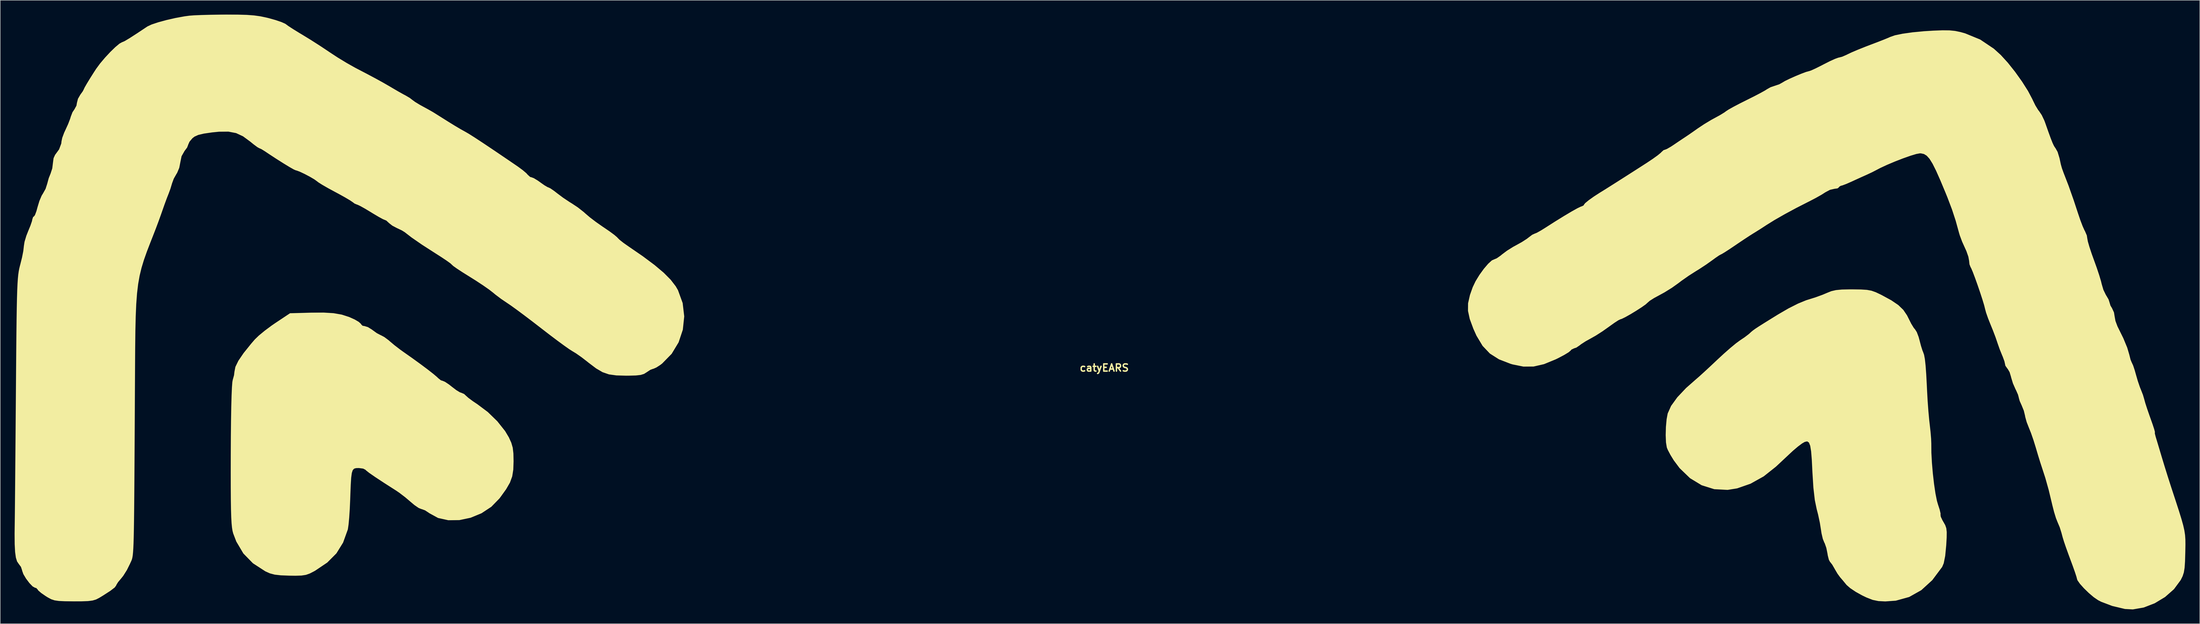
<source format=kicad_pcb>
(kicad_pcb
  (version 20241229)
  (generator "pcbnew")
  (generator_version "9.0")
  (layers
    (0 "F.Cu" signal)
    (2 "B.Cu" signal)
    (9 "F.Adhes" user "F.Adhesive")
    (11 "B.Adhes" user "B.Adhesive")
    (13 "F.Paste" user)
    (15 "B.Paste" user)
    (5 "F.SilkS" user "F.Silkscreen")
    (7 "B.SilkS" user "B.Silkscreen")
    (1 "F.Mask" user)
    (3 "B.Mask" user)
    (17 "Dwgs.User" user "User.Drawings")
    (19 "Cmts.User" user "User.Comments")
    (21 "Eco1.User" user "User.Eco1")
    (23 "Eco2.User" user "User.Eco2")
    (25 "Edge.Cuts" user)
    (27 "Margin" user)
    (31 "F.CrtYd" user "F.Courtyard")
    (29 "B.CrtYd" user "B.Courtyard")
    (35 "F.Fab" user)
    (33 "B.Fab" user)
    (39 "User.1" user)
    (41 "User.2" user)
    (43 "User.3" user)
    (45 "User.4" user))
  (footprint "catyEARS"
    (layer "F.Cu")
    (at 227.651 73.874)
    (property "Reference" "catyEARS" (at 0 0 0) (layer "F.SilkS") (effects (font (size 1.5 1.5) (thickness 0.3))))
    (attr board_only exclude_from_pos_files exclude_from_bom)
    (fp_poly (pts (xy -161.017 -11.427) (xy -159.302 -11.127) (xy -157.752 -10.626) (xy -156.589 -10.102) (xy -155.757 -9.612) (xy -155.287 -9.188) (xy -155.248 -9.085) (xy -154.949 -8.797) (xy -154.56 -8.735) (xy -153.834 -8.514) (xy -152.966 -7.975) (xy -152.861 -7.889) (xy -151.977 -7.253) (xy -151.183 -6.837) (xy -151.126 -6.818) (xy -150.409 -6.438) (xy -149.512 -5.769) (xy -149.259 -5.547) (xy -148.281 -4.724) (xy -147.062 -3.788) (xy -146.404 -3.317) (xy -144.59 -2.04) (xy -142.868 -0.791) (xy -141.349 0.346) (xy -140.146 1.287) (xy -139.368 1.948) (xy -139.178 2.142) (xy -138.584 2.615) (xy -138.245 2.713) (xy -137.73 2.929) (xy -136.901 3.482) (xy -136.287 3.965) (xy -135.37 4.666) (xy -134.623 5.12) (xy -134.33 5.217) (xy -133.742 5.469) (xy -133.395 5.79) (xy -132.852 6.279) (xy -131.915 6.975) (xy -130.955 7.62) (xy -128.792 9.242) (xy -126.802 11.177) (xy -125.175 13.225) (xy -124.392 14.542) (xy -123.882 15.666) (xy -123.583 16.699) (xy -123.443 17.909) (xy -123.408 19.538) (xy -123.466 21.285) (xy -123.691 22.704) (xy -124.161 23.999) (xy -124.954 25.375) (xy -126.147 27.038) (xy -126.36 27.319) (xy -128.054 29.058) (xy -130.102 30.411) (xy -132.373 31.349) (xy -134.732 31.846) (xy -137.044 31.873) (xy -139.176 31.402) (xy -140.994 30.407) (xy -141.055 30.359) (xy -141.893 29.809) (xy -142.603 29.543) (xy -142.665 29.539) (xy -143.236 29.308) (xy -144.104 28.713) (xy -144.873 28.068) (xy -146.043 27.073) (xy -147.279 26.128) (xy -147.914 25.694) (xy -150.411 24.095) (xy -152.296 22.855) (xy -153.574 21.969) (xy -154.249 21.435) (xy -154.352 21.318) (xy -154.829 21.074) (xy -155.696 20.96) (xy -155.799 20.958) (xy -156.333 20.975) (xy -156.728 21.091) (xy -157.01 21.4) (xy -157.203 21.999) (xy -157.333 22.984) (xy -157.425 24.452) (xy -157.505 26.497) (xy -157.542 27.577) (xy -157.628 29.514) (xy -157.746 31.298) (xy -157.88 32.754) (xy -158.017 33.709) (xy -158.047 33.837) (xy -159.023 36.546) (xy -160.419 38.801) (xy -162.329 40.719) (xy -164.848 42.417) (xy -165.071 42.542) (xy -165.975 43.009) (xy -166.78 43.295) (xy -167.704 43.439) (xy -168.962 43.478) (xy -170.258 43.462) (xy -172.033 43.395) (xy -173.313 43.249) (xy -174.314 42.985) (xy -175.255 42.563) (xy -175.282 42.549) (xy -177.863 40.871) (xy -179.857 38.827) (xy -181.332 36.336) (xy -181.982 34.639) (xy -182.121 34.105) (xy -182.234 33.406) (xy -182.324 32.473) (xy -182.392 31.236) (xy -182.442 29.626) (xy -182.474 27.575) (xy -182.491 25.014) (xy -182.496 21.872) (xy -182.49 18.229) (xy -182.471 14.417) (xy -182.436 11.049) (xy -182.386 8.171) (xy -182.322 5.831) (xy -182.246 4.076) (xy -182.159 2.954) (xy -182.086 2.554) (xy -181.808 1.544) (xy -181.721 0.806) (xy -181.521 -0.212) (xy -180.897 -1.489) (xy -179.812 -3.083) (xy -178.228 -5.053) (xy -177.465 -5.939) (xy -176.626 -6.75) (xy -175.384 -7.774) (xy -173.945 -8.845) (xy -173.177 -9.373) (xy -170.105 -11.418) (xy -165.661 -11.538) (xy -163.076 -11.554)) (stroke (width 0) (type solid)) (fill yes) (layer "F.SilkS"))
    (fp_poly (pts (xy 156.349 -16.409) (xy 158.084 -16.385) (xy 159.323 -16.306) (xy 160.284 -16.128) (xy 161.186 -15.806) (xy 162.248 -15.3) (xy 162.431 -15.206) (xy 164.429 -14.117) (xy 165.883 -13.128) (xy 166.93 -12.12) (xy 167.707 -10.974) (xy 168.029 -10.329) (xy 168.586 -9.224) (xy 169.112 -8.364) (xy 169.386 -8.037) (xy 169.746 -7.47) (xy 170.125 -6.469) (xy 170.317 -5.765) (xy 170.626 -4.585) (xy 170.931 -3.626) (xy 171.07 -3.291) (xy 171.268 -2.728) (xy 171.437 -1.817) (xy 171.584 -0.474) (xy 171.719 1.385) (xy 171.85 3.845) (xy 171.897 4.86) (xy 172.009 6.882) (xy 172.164 8.997) (xy 172.338 10.896) (xy 172.445 11.836) (xy 172.618 13.378) (xy 172.737 14.81) (xy 172.779 15.852) (xy 172.778 15.95) (xy 172.793 17.742) (xy 172.907 19.849) (xy 173.099 22.091) (xy 173.351 24.285) (xy 173.641 26.25) (xy 173.95 27.804) (xy 174.159 28.53) (xy 174.518 29.632) (xy 174.709 30.442) (xy 174.703 30.748) (xy 174.756 31.137) (xy 175.114 31.893) (xy 175.32 32.245) (xy 175.69 32.903) (xy 175.91 33.541) (xy 176.002 34.343) (xy 175.988 35.494) (xy 175.895 37.11) (xy 175.682 39.326) (xy 175.374 40.865) (xy 175.052 41.635) (xy 172.984 44.402) (xy 170.691 46.494) (xy 168.157 47.921) (xy 165.366 48.694) (xy 163.172 48.851) (xy 161.743 48.782) (xy 160.535 48.534) (xy 159.229 48.026) (xy 158.319 47.587) (xy 156.994 46.85) (xy 155.838 46.075) (xy 155.081 45.417) (xy 155.035 45.363) (xy 154.327 44.501) (xy 153.714 43.787) (xy 153.711 43.784) (xy 153.175 43.048) (xy 152.604 42.076) (xy 152.562 41.995) (xy 152.077 41.159) (xy 151.67 40.635) (xy 151.622 40.597) (xy 151.374 40.136) (xy 151.147 39.234) (xy 151.079 38.808) (xy 150.846 37.658) (xy 150.517 36.713) (xy 150.412 36.52) (xy 150.111 35.765) (xy 149.84 34.61) (xy 149.723 33.837) (xy 149.49 32.384) (xy 149.128 30.69) (xy 148.831 29.544) (xy 148.443 27.668) (xy 148.145 25.086) (xy 147.938 21.796) (xy 147.929 21.597) (xy 147.811 19.215) (xy 147.67 17.474) (xy 147.481 16.304) (xy 147.216 15.631) (xy 146.85 15.382) (xy 146.354 15.484) (xy 145.804 15.798) (xy 144.938 16.443) (xy 143.94 17.288) (xy 143.684 17.522) (xy 142.839 18.313) (xy 141.698 19.381) (xy 140.488 20.513) (xy 140.318 20.671) (xy 137.768 22.695) (xy 135.017 24.231) (xy 132.217 25.208) (xy 130.217 25.527) (xy 127.433 25.381) (xy 124.8 24.554) (xy 122.368 23.077) (xy 120.191 20.977) (xy 118.974 19.348) (xy 118.279 18.215) (xy 117.734 17.182) (xy 117.522 16.665) (xy 117.347 15.59) (xy 117.287 14.073) (xy 117.332 12.376) (xy 117.478 10.764) (xy 117.702 9.551) (xy 118.411 7.964) (xy 119.714 6.16) (xy 121.552 4.213) (xy 123.628 2.385) (xy 124.297 1.804) (xy 125.34 0.858) (xy 126.617 -0.326) (xy 127.986 -1.615) (xy 128.024 -1.652) (xy 129.431 -2.954) (xy 130.796 -4.155) (xy 131.964 -5.121) (xy 132.776 -5.718) (xy 133.79 -6.402) (xy 134.635 -7.048) (xy 134.838 -7.226) (xy 135.17 -7.533) (xy 135.532 -7.83) (xy 136.025 -8.184) (xy 136.75 -8.661) (xy 137.806 -9.329) (xy 139.294 -10.254) (xy 140.787 -11.177) (xy 142.939 -12.427) (xy 144.942 -13.439) (xy 146.616 -14.126) (xy 147.048 -14.262) (xy 148.563 -14.736) (xy 150.073 -15.286) (xy 150.983 -15.671) (xy 151.887 -16.033) (xy 152.859 -16.258) (xy 154.098 -16.375) (xy 155.801 -16.41)) (stroke (width 0) (type solid)) (fill yes) (layer "F.SilkS"))
    (fp_poly (pts (xy -181.016 -73.865) (xy -179.13 -73.811) (xy -177.612 -73.697) (xy -176.288 -73.51) (xy -174.984 -73.234) (xy -174.539 -73.124) (xy -173.1 -72.718) (xy -171.89 -72.305) (xy -171.109 -71.955) (xy -170.976 -71.862) (xy -170.434 -71.466) (xy -169.445 -70.823) (xy -168.181 -70.042) (xy -167.534 -69.655) (xy -165.796 -68.591) (xy -163.856 -67.351) (xy -162.093 -66.178) (xy -161.856 -66.015) (xy -160.177 -64.913) (xy -158.273 -63.755) (xy -156.51 -62.762) (xy -156.232 -62.616) (xy -153.977 -61.439) (xy -152.191 -60.486) (xy -150.699 -59.663) (xy -149.331 -58.876) (xy -148.63 -58.46) (xy -147.471 -57.783) (xy -146.425 -57.198) (xy -145.946 -56.946) (xy -145.089 -56.44) (xy -144.565 -56.037) (xy -143.977 -55.604) (xy -143.018 -55.019) (xy -142.419 -54.688) (xy -141.316 -54.088) (xy -140.377 -53.556) (xy -140.052 -53.36) (xy -139.41 -52.957) (xy -138.373 -52.305) (xy -137.154 -51.537) (xy -137.011 -51.447) (xy -135.705 -50.642) (xy -134.475 -49.913) (xy -133.578 -49.413) (xy -133.542 -49.395) (xy -132.766 -48.946) (xy -131.486 -48.135) (xy -129.685 -46.95) (xy -127.345 -45.381) (xy -124.45 -43.416) (xy -122.514 -42.093) (xy -121.507 -41.354) (xy -120.74 -40.703) (xy -120.439 -40.363) (xy -119.937 -39.914) (xy -119.698 -39.859) (xy -119.163 -39.656) (xy -118.319 -39.14) (xy -117.838 -38.795) (xy -116.959 -38.174) (xy -116.298 -37.786) (xy -116.112 -37.722) (xy -115.672 -37.507) (xy -114.895 -36.966) (xy -114.323 -36.519) (xy -113.071 -35.581) (xy -111.688 -34.657) (xy -111.245 -34.388) (xy -109.986 -33.554) (xy -108.748 -32.581) (xy -108.383 -32.252) (xy -107.476 -31.477) (xy -106.206 -30.509) (xy -104.818 -29.534) (xy -104.541 -29.35) (xy -103.333 -28.524) (xy -102.355 -27.8) (xy -101.766 -27.296) (xy -101.679 -27.191) (xy -101.255 -26.767) (xy -100.416 -26.108) (xy -99.439 -25.422) (xy -96.408 -23.335) (xy -93.962 -21.508) (xy -92.04 -19.888) (xy -90.584 -18.422) (xy -89.535 -17.059) (xy -89.058 -16.235) (xy -88.082 -13.548) (xy -87.755 -10.756) (xy -88.047 -7.976) (xy -88.93 -5.329) (xy -90.378 -2.932) (xy -92.361 -0.906) (xy -92.75 -0.606) (xy -93.572 -0.075) (xy -94.194 0.199) (xy -94.273 0.209) (xy -94.828 0.415) (xy -95.584 0.911) (xy -95.602 0.925) (xy -96.15 1.269) (xy -96.843 1.484) (xy -97.854 1.598) (xy -99.353 1.638) (xy -99.957 1.64) (xy -101.942 1.586) (xy -103.488 1.371) (xy -104.821 0.909) (xy -106.167 0.12) (xy -107.754 -1.081) (xy -108.051 -1.321) (xy -109.224 -2.227) (xy -110.357 -3.02) (xy -111.123 -3.485) (xy -111.759 -3.887) (xy -112.844 -4.652) (xy -114.269 -5.698) (xy -115.92 -6.944) (xy -117.65 -8.28) (xy -119.469 -9.685) (xy -121.219 -11.012) (xy -122.773 -12.167) (xy -124.007 -13.057) (xy -124.749 -13.559) (xy -125.999 -14.406) (xy -127.228 -15.333) (xy -127.701 -15.728) (xy -128.516 -16.361) (xy -129.765 -17.235) (xy -131.27 -18.227) (xy -132.62 -19.075) (xy -134.04 -19.962) (xy -135.204 -20.725) (xy -135.995 -21.283) (xy -136.293 -21.555) (xy -136.293 -21.556) (xy -136.58 -21.829) (xy -137.355 -22.39) (xy -138.496 -23.154) (xy -139.724 -23.939) (xy -142.527 -25.743) (xy -144.711 -27.254) (xy -146.178 -28.386) (xy -146.773 -28.75) (xy -147.679 -29.183) (xy -147.788 -29.23) (xy -148.742 -29.733) (xy -149.443 -30.283) (xy -149.478 -30.323) (xy -150.005 -30.802) (xy -150.281 -30.915) (xy -150.708 -31.093) (xy -151.578 -31.567) (xy -152.729 -32.248) (xy -153.179 -32.525) (xy -154.396 -33.259) (xy -155.393 -33.817) (xy -156.009 -34.111) (xy -156.105 -34.135) (xy -156.624 -34.35) (xy -157.008 -34.638) (xy -157.558 -35.015) (xy -158.575 -35.619) (xy -159.893 -36.353) (xy -160.762 -36.817) (xy -162.169 -37.579) (xy -163.367 -38.269) (xy -164.192 -38.791) (xy -164.442 -38.985) (xy -165.018 -39.406) (xy -165.967 -39.965) (xy -167.059 -40.541) (xy -168.067 -41.017) (xy -168.762 -41.273) (xy -168.876 -41.29) (xy -169.31 -41.477) (xy -170.213 -41.989) (xy -171.461 -42.749) (xy -172.932 -43.68) (xy -174.502 -44.708) (xy -175.357 -45.282) (xy -176.089 -45.736) (xy -176.546 -45.939) (xy -176.559 -45.94) (xy -176.936 -46.153) (xy -177.68 -46.705) (xy -178.453 -47.33) (xy -179.932 -48.417) (xy -181.375 -49.089) (xy -182.977 -49.395) (xy -184.934 -49.38) (xy -186.396 -49.233) (xy -188.112 -48.984) (xy -189.28 -48.707) (xy -190.069 -48.351) (xy -190.502 -48.013) (xy -191.103 -47.301) (xy -191.373 -46.701) (xy -191.374 -46.679) (xy -191.608 -46.069) (xy -192.145 -45.351) (xy -192.769 -44.253) (xy -193.017 -43.032) (xy -193.252 -41.827) (xy -193.695 -40.767) (xy -193.803 -40.603) (xy -194.397 -39.558) (xy -194.748 -38.606) (xy -195.095 -37.448) (xy -195.459 -36.46) (xy -195.861 -35.437) (xy -196.324 -34.177) (xy -196.465 -33.777) (xy -197.079 -32.024) (xy -197.605 -30.567) (xy -198.14 -29.139) (xy -198.786 -27.476) (xy -199.276 -26.23) (xy -200.017 -24.305) (xy -200.632 -22.566) (xy -201.132 -20.917) (xy -201.531 -19.266) (xy -201.839 -17.519) (xy -202.07 -15.581) (xy -202.236 -13.359) (xy -202.348 -10.759) (xy -202.42 -7.687) (xy -202.462 -4.049) (xy -202.479 -1.58) (xy -202.514 4.676) (xy -202.544 10.256) (xy -202.572 15.202) (xy -202.598 19.552) (xy -202.622 23.347) (xy -202.647 26.628) (xy -202.672 29.434) (xy -202.7 31.806) (xy -202.73 33.784) (xy -202.765 35.407) (xy -202.804 36.717) (xy -202.85 37.753) (xy -202.903 38.556) (xy -202.963 39.165) (xy -203.033 39.621) (xy -203.113 39.964) (xy -203.204 40.233) (xy -203.307 40.471) (xy -203.423 40.715) (xy -203.547 40.992) (xy -204.194 42.297) (xy -204.953 43.503) (xy -205.39 44.05) (xy -206.026 44.808) (xy -206.381 45.376) (xy -206.408 45.481) (xy -206.716 45.918) (xy -207.644 46.635) (xy -209.204 47.642) (xy -209.983 48.113) (xy -210.631 48.445) (xy -211.354 48.661) (xy -212.316 48.783) (xy -213.683 48.833) (xy -215.349 48.836) (xy -217.144 48.816) (xy -218.4 48.758) (xy -219.294 48.629) (xy -220.002 48.394) (xy -220.701 48.022) (xy -221.163 47.734) (xy -222.092 47.091) (xy -222.709 46.56) (xy -222.862 46.328) (xy -223.15 46.033) (xy -223.368 46.001) (xy -223.88 45.717) (xy -224.563 45.008) (xy -225.261 44.082) (xy -225.818 43.15) (xy -226.078 42.42) (xy -226.082 42.353) (xy -226.322 41.631) (xy -226.797 40.992) (xy -227.138 40.486) (xy -227.385 39.688) (xy -227.547 38.511) (xy -227.633 36.867) (xy -227.651 34.669) (xy -227.621 32.406) (xy -227.61 31.592) (xy -227.593 30.129) (xy -227.573 28.085) (xy -227.549 25.526) (xy -227.522 22.518) (xy -227.493 19.13) (xy -227.462 15.428) (xy -227.43 11.478) (xy -227.397 7.348) (xy -227.381 5.372) (xy -227.344 0.586) (xy -227.308 -3.54) (xy -227.274 -7.062) (xy -227.238 -10.037) (xy -227.198 -12.518) (xy -227.154 -14.564) (xy -227.102 -16.228) (xy -227.042 -17.568) (xy -226.97 -18.638) (xy -226.886 -19.495) (xy -226.787 -20.194) (xy -226.671 -20.791) (xy -226.537 -21.342) (xy -226.459 -21.63) (xy -226.097 -23.083) (xy -225.835 -24.416) (xy -225.725 -25.358) (xy -225.724 -25.408) (xy -225.578 -26.352) (xy -225.201 -27.612) (xy -224.83 -28.555) (xy -224.354 -29.712) (xy -224.029 -30.657) (xy -223.935 -31.104) (xy -223.77 -31.574) (xy -223.635 -31.63) (xy -223.396 -31.948) (xy -223.09 -32.77) (xy -222.854 -33.633) (xy -222.469 -34.905) (xy -222.003 -36.003) (xy -221.72 -36.466) (xy -221.181 -37.429) (xy -220.84 -38.488) (xy -220.523 -39.658) (xy -220.128 -40.646) (xy -219.782 -41.708) (xy -219.642 -42.856) (xy -219.511 -43.841) (xy -219.191 -44.549) (xy -219.162 -44.581) (xy -218.355 -45.69) (xy -217.898 -46.92) (xy -217.854 -47.36) (xy -217.698 -48.105) (xy -217.3 -49.172) (xy -217.01 -49.798) (xy -216.466 -50.991) (xy -216.041 -52.101) (xy -215.919 -52.512) (xy -215.561 -53.451) (xy -215.153 -54.058) (xy -214.73 -54.827) (xy -214.634 -55.398) (xy -214.416 -56.263) (xy -213.918 -57.128) (xy -213.424 -57.812) (xy -213.204 -58.227) (xy -213.203 -58.237) (xy -213.023 -58.627) (xy -212.545 -59.459) (xy -211.865 -60.576) (xy -211.076 -61.823) (xy -210.61 -62.538) (xy -209.792 -63.65) (xy -208.769 -64.862) (xy -207.67 -66.043) (xy -206.619 -67.065) (xy -205.743 -67.799) (xy -205.17 -68.117) (xy -205.128 -68.121) (xy -204.658 -68.328) (xy -203.616 -68.952) (xy -202 -69.995) (xy -199.911 -71.387) (xy -199.044 -71.796) (xy -197.654 -72.26) (xy -195.927 -72.731) (xy -194.05 -73.16) (xy -192.206 -73.499) (xy -191.161 -73.644) (xy -190.169 -73.718) (xy -188.633 -73.783) (xy -186.727 -73.834) (xy -184.621 -73.866) (xy -183.443 -73.874)) (stroke (width 0) (type solid)) (fill yes) (layer "F.SilkS"))
    (fp_poly (pts (xy 176.559 -70.574) (xy 177.753 -70.455) (xy 178.911 -70.21) (xy 179.847 -69.947) (xy 182.992 -68.655) (xy 185.848 -66.736) (xy 187.294 -65.423) (xy 188.751 -63.826) (xy 190.281 -61.903) (xy 191.742 -59.854) (xy 192.992 -57.88) (xy 193.889 -56.182) (xy 193.965 -56.01) (xy 194.521 -54.874) (xy 195.105 -53.919) (xy 195.332 -53.632) (xy 195.852 -52.853) (xy 196.381 -51.746) (xy 196.548 -51.306) (xy 197.236 -49.35) (xy 197.744 -47.958) (xy 198.118 -47.017) (xy 198.405 -46.411) (xy 198.651 -46.027) (xy 198.722 -45.94) (xy 199.161 -45.16) (xy 199.563 -43.841) (xy 199.841 -42.542) (xy 200.069 -41.731) (xy 200.444 -40.697) (xy 200.494 -40.574) (xy 201.456 -38.086) (xy 202.521 -35.068) (xy 203.417 -32.346) (xy 203.912 -30.888) (xy 204.391 -29.629) (xy 204.774 -28.773) (xy 204.876 -28.599) (xy 205.27 -27.684) (xy 205.361 -27.084) (xy 205.483 -26.425) (xy 205.813 -25.278) (xy 206.297 -23.818) (xy 206.737 -22.602) (xy 207.337 -20.935) (xy 207.861 -19.362) (xy 208.238 -18.095) (xy 208.378 -17.511) (xy 208.733 -16.31) (xy 209.253 -15.239) (xy 209.326 -15.131) (xy 209.805 -14.316) (xy 210.011 -13.679) (xy 210.011 -13.667) (xy 210.215 -13.001) (xy 210.536 -12.47) (xy 210.943 -11.579) (xy 211.073 -10.773) (xy 211.25 -9.799) (xy 211.673 -8.669) (xy 211.783 -8.448) (xy 212.898 -6.186) (xy 213.71 -4.218) (xy 214.161 -2.684) (xy 214.168 -2.644) (xy 214.408 -1.699) (xy 214.675 -1.057) (xy 214.699 -1.023) (xy 214.945 -0.488) (xy 215.273 0.499) (xy 215.52 1.379) (xy 215.913 2.738) (xy 216.344 4.007) (xy 216.574 4.578) (xy 216.995 5.655) (xy 217.28 6.627) (xy 217.285 6.648) (xy 217.49 7.39) (xy 217.875 8.583) (xy 218.369 10.008) (xy 218.544 10.494) (xy 219.008 11.807) (xy 219.339 12.819) (xy 219.489 13.38) (xy 219.485 13.446) (xy 219.48 13.74) (xy 219.655 14.429) (xy 219.892 15.209) (xy 220.266 16.456) (xy 220.714 17.955) (xy 220.916 18.633) (xy 221.508 20.583) (xy 222.194 22.781) (xy 222.841 24.798) (xy 222.93 25.072) (xy 223.821 27.784) (xy 224.514 29.924) (xy 225.034 31.604) (xy 225.405 32.934) (xy 225.65 34.024) (xy 225.794 34.984) (xy 225.858 35.924) (xy 225.869 36.954) (xy 225.848 38.185) (xy 225.839 38.596) (xy 225.786 40.477) (xy 225.695 41.817) (xy 225.536 42.792) (xy 225.282 43.576) (xy 224.902 44.345) (xy 224.867 44.407) (xy 223.477 46.289) (xy 221.62 47.925) (xy 219.46 49.232) (xy 217.159 50.125) (xy 214.877 50.521) (xy 213.231 50.433) (xy 210.579 49.802) (xy 208.272 48.926) (xy 207.616 48.589) (xy 206.709 47.966) (xy 205.674 47.086) (xy 204.66 46.1) (xy 203.82 45.161) (xy 203.305 44.422) (xy 203.214 44.143) (xy 203.096 43.676) (xy 202.784 42.722) (xy 202.337 41.462) (xy 202.19 41.063) (xy 201.435 39.021) (xy 200.888 37.501) (xy 200.499 36.359) (xy 200.22 35.449) (xy 200 34.628) (xy 199.976 34.529) (xy 199.606 33.344) (xy 199.152 32.27) (xy 199.147 32.259) (xy 198.817 31.425) (xy 198.426 30.148) (xy 198.054 28.69) (xy 198.017 28.527) (xy 197.311 25.576) (xy 196.597 23.026) (xy 195.925 20.958) (xy 195.543 19.788) (xy 195.07 18.257) (xy 194.608 16.692) (xy 194.6 16.665) (xy 194.125 15.129) (xy 193.611 13.647) (xy 193.166 12.535) (xy 193.154 12.509) (xy 192.7 11.345) (xy 192.398 10.254) (xy 192.358 10.005) (xy 192.101 8.95) (xy 191.651 7.844) (xy 191.644 7.829) (xy 191.244 6.935) (xy 191.053 6.264) (xy 191.051 6.214) (xy 190.891 5.616) (xy 190.494 4.714) (xy 190.361 4.456) (xy 189.83 3.245) (xy 189.453 2.001) (xy 189.429 1.88) (xy 189.136 0.906) (xy 188.739 0.226) (xy 188.688 0.178) (xy 188.254 -0.437) (xy 188.189 -0.741) (xy 188.05 -1.374) (xy 187.704 -2.318) (xy 187.593 -2.575) (xy 187.072 -3.859) (xy 186.596 -5.213) (xy 186.558 -5.336) (xy 186.18 -6.437) (xy 185.641 -7.854) (xy 185.155 -9.045) (xy 184.634 -10.354) (xy 184.224 -11.53) (xy 184.024 -12.265) (xy 183.828 -13.054) (xy 183.463 -14.264) (xy 182.986 -15.73) (xy 182.455 -17.286) (xy 181.928 -18.764) (xy 181.462 -19.998) (xy 181.114 -20.823) (xy 180.981 -21.059) (xy 180.752 -21.647) (xy 180.676 -22.371) (xy 180.516 -23.248) (xy 180.107 -24.413) (xy 179.8 -25.087) (xy 179.21 -26.398) (xy 178.717 -27.726) (xy 178.563 -28.247) (xy 177.87 -30.764) (xy 177.097 -33.128) (xy 176.131 -35.673) (xy 175.739 -36.639) (xy 174.658 -39.226) (xy 173.775 -41.216) (xy 173.04 -42.685) (xy 172.405 -43.708) (xy 171.822 -44.36) (xy 171.241 -44.716) (xy 170.614 -44.85) (xy 170.398 -44.859) (xy 169.644 -44.723) (xy 168.413 -44.35) (xy 166.873 -43.805) (xy 165.196 -43.154) (xy 163.552 -42.46) (xy 162.111 -41.791) (xy 161.358 -41.396) (xy 160.4 -40.9) (xy 159.286 -40.379) (xy 159.211 -40.346) (xy 158.147 -39.871) (xy 156.822 -39.267) (xy 156.103 -38.935) (xy 155.025 -38.461) (xy 154.19 -38.147) (xy 153.867 -38.07) (xy 153.502 -37.842) (xy 153.487 -37.757) (xy 153.18 -37.524) (xy 152.562 -37.444) (xy 151.62 -37.231) (xy 150.663 -36.723) (xy 149.875 -36.22) (xy 148.675 -35.542) (xy 147.296 -34.821) (xy 147.027 -34.687) (xy 144.555 -33.426) (xy 142.155 -32.13) (xy 140.018 -30.906) (xy 138.333 -29.858) (xy 138.249 -29.802) (xy 137.103 -29.055) (xy 135.975 -28.348) (xy 135.717 -28.192) (xy 134.904 -27.681) (xy 133.714 -26.901) (xy 132.358 -25.991) (xy 131.841 -25.638) (xy 130.619 -24.815) (xy 129.623 -24.17) (xy 128.995 -23.794) (xy 128.862 -23.736) (xy 128.467 -23.524) (xy 127.699 -23.001) (xy 127.014 -22.499) (xy 125.738 -21.593) (xy 124.271 -20.629) (xy 123.522 -20.169) (xy 122.112 -19.268) (xy 120.611 -18.216) (xy 119.902 -17.679) (xy 118.588 -16.742) (xy 117.029 -15.775) (xy 115.992 -15.208) (xy 114.846 -14.585) (xy 113.957 -14.02) (xy 113.53 -13.648) (xy 113.105 -13.264) (xy 112.246 -12.657) (xy 111.133 -11.939) (xy 109.951 -11.221) (xy 108.88 -10.616) (xy 108.104 -10.236) (xy 107.853 -10.162) (xy 107.421 -9.959) (xy 106.594 -9.426) (xy 105.54 -8.673) (xy 105.405 -8.573) (xy 104.075 -7.632) (xy 102.694 -6.746) (xy 101.662 -6.162) (xy 100.554 -5.548) (xy 99.617 -4.94) (xy 99.324 -4.71) (xy 98.628 -4.234) (xy 98.166 -4.084) (xy 97.597 -3.813) (xy 97.428 -3.606) (xy 96.991 -3.242) (xy 96.07 -2.684) (xy 94.834 -2.031) (xy 94.317 -1.778) (xy 91.862 -0.769) (xy 89.679 -0.269) (xy 87.561 -0.258) (xy 85.3 -0.715) (xy 84.867 -0.844) (xy 82.459 -1.776) (xy 80.559 -2.983) (xy 79.036 -4.587) (xy 77.758 -6.713) (xy 77.107 -8.163) (xy 76.352 -10.21) (xy 75.984 -11.907) (xy 76 -13.5) (xy 76.395 -15.238) (xy 76.968 -16.861) (xy 77.556 -18.096) (xy 78.366 -19.424) (xy 79.284 -20.696) (xy 80.193 -21.761) (xy 80.979 -22.473) (xy 81.466 -22.687) (xy 81.994 -22.907) (xy 82.783 -23.458) (xy 83.088 -23.713) (xy 84.122 -24.489) (xy 85.416 -25.3) (xy 86.052 -25.645) (xy 87.237 -26.303) (xy 88.285 -26.981) (xy 88.701 -27.302) (xy 89.397 -27.827) (xy 89.885 -28.053) (xy 89.892 -28.053) (xy 90.348 -28.235) (xy 91.197 -28.708) (xy 92.073 -29.252) (xy 94.153 -30.581) (xy 96.034 -31.745) (xy 97.628 -32.694) (xy 98.845 -33.374) (xy 99.597 -33.733) (xy 99.766 -33.777) (xy 100.16 -33.985) (xy 100.183 -34.087) (xy 100.466 -34.446) (xy 101.22 -35.065) (xy 102.302 -35.837) (xy 103.567 -36.653) (xy 103.829 -36.812) (xy 104.469 -37.208) (xy 105.583 -37.911) (xy 107.044 -38.837) (xy 108.725 -39.908) (xy 110.497 -41.041) (xy 112.235 -42.156) (xy 113.36 -42.88) (xy 114.609 -43.716) (xy 115.63 -44.453) (xy 116.268 -44.979) (xy 116.389 -45.116) (xy 116.859 -45.537) (xy 117.046 -45.583) (xy 117.536 -45.771) (xy 118.372 -46.252) (xy 118.906 -46.603) (xy 119.987 -47.336) (xy 120.977 -47.997) (xy 121.29 -48.203) (xy 122.076 -48.731) (xy 123.162 -49.485) (xy 123.973 -50.059) (xy 125.33 -50.962) (xy 126.812 -51.854) (xy 127.551 -52.256) (xy 128.656 -52.861) (xy 129.558 -53.417) (xy 129.905 -53.674) (xy 130.443 -54.025) (xy 131.473 -54.601) (xy 132.84 -55.317) (xy 134.198 -55.997) (xy 135.73 -56.763) (xy 137.056 -57.455) (xy 138.025 -57.993) (xy 138.462 -58.273) (xy 139.198 -58.684) (xy 140.07 -58.979) (xy 141.004 -59.293) (xy 141.627 -59.638) (xy 142.195 -59.977) (xy 143.189 -60.461) (xy 144.397 -61) (xy 145.61 -61.503) (xy 146.615 -61.879) (xy 147.202 -62.038) (xy 147.221 -62.039) (xy 147.69 -62.197) (xy 148.615 -62.62) (xy 149.824 -63.225) (xy 150.272 -63.46) (xy 151.565 -64.115) (xy 152.66 -64.613) (xy 153.374 -64.872) (xy 153.493 -64.891) (xy 154.146 -65.059) (xy 155.073 -65.461) (xy 155.281 -65.568) (xy 156.152 -65.98) (xy 157.483 -66.546) (xy 159.061 -67.177) (xy 160.052 -67.555) (xy 161.578 -68.135) (xy 162.895 -68.651) (xy 163.831 -69.035) (xy 164.166 -69.187) (xy 165.181 -69.542) (xy 166.785 -69.874) (xy 168.851 -70.164) (xy 171.251 -70.394) (xy 173.163 -70.513) (xy 175.104 -70.587)) (stroke (width 0) (type solid)) (fill yes) (layer "F.SilkS")))
  (gr_rect
    (start -3 -3)
    (end 456.52 127.395)
    (stroke (width 0.1) (type default))
    (fill no)
    (layer "Edge.Cuts")))
</source>
